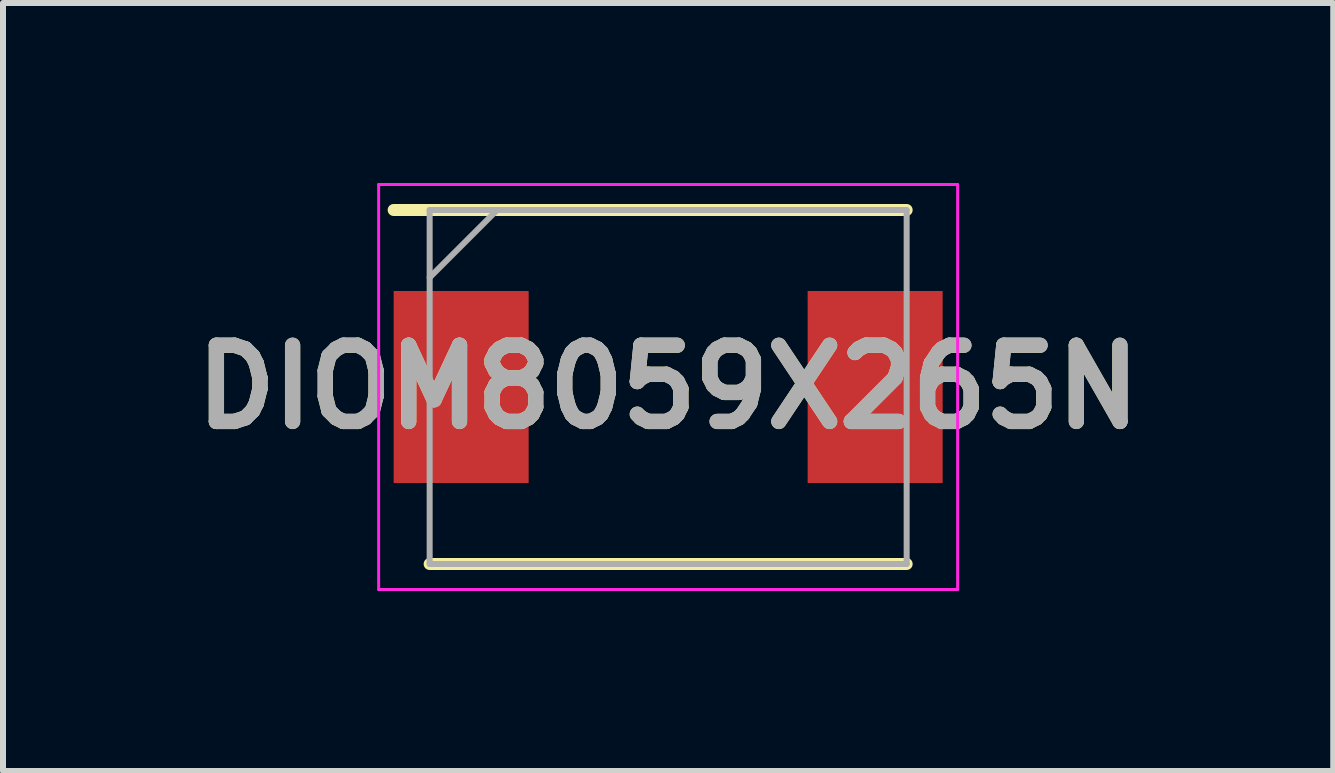
<source format=kicad_pcb>
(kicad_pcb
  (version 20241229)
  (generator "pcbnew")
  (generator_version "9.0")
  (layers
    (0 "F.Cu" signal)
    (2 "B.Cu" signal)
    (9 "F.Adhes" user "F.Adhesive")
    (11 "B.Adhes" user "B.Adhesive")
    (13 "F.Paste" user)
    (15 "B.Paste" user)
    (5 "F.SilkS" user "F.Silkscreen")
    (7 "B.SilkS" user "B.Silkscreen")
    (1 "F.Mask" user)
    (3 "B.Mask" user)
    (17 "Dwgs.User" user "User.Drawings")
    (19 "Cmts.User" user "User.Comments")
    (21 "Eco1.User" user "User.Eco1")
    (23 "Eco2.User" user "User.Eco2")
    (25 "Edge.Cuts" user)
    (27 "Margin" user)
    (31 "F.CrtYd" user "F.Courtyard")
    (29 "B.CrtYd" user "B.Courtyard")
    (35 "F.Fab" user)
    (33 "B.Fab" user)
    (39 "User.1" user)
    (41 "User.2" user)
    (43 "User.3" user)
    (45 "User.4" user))
  (footprint "DIOM8059X265N"
    (layer "F.Cu")
    (at 8.086 3.4)
    (property "Reference" "DIOM8059X265N" (at 0 0 0) (layer "F.SilkS") (effects (font (size 1.27 1.27) (thickness 0.254))))
    (attr smd)
    (fp_line (start -3.975 2.95) (end 3.975 2.95) (stroke (width 0.2) (type solid)) (layer "F.SilkS"))
    (fp_line (start 3.975 -2.95) (end -4.575 -2.95) (stroke (width 0.2) (type solid)) (layer "F.SilkS"))
    (fp_line (start -4.825 -3.375) (end 4.825 -3.375) (stroke (width 0.05) (type solid)) (layer "F.CrtYd"))
    (fp_line (start -4.825 3.375) (end -4.825 -3.375) (stroke (width 0.05) (type solid)) (layer "F.CrtYd"))
    (fp_line (start 4.825 -3.375) (end 4.825 3.375) (stroke (width 0.05) (type solid)) (layer "F.CrtYd"))
    (fp_line (start 4.825 3.375) (end -4.825 3.375) (stroke (width 0.05) (type solid)) (layer "F.CrtYd"))
    (fp_line (start -3.975 -2.95) (end 3.975 -2.95) (stroke (width 0.1) (type solid)) (layer "F.Fab"))
    (fp_line (start -3.975 -1.825) (end -2.85 -2.95) (stroke (width 0.1) (type solid)) (layer "F.Fab"))
    (fp_line (start -3.975 2.95) (end -3.975 -2.95) (stroke (width 0.1) (type solid)) (layer "F.Fab"))
    (fp_line (start 3.975 -2.95) (end 3.975 2.95) (stroke (width 0.1) (type solid)) (layer "F.Fab"))
    (fp_line (start 3.975 2.95) (end -3.975 2.95) (stroke (width 0.1) (type solid)) (layer "F.Fab"))
    (fp_text user "${REFERENCE}" (at 0 0 0) (layer "F.Fab") (effects (font (size 1.27 1.27) (thickness 0.254))))
    (pad "1" smd rect (at -3.45 0) (size 2.25 3.2) (layers "F.Cu" "F.Mask" "F.Paste"))
    (pad "2" smd rect (at 3.45 0) (size 2.25 3.2) (layers "F.Cu" "F.Mask" "F.Paste")))
  (gr_rect
    (start -3 -3)
    (end 19.171 9.8)
    (stroke (width 0.1) (type default))
    (fill no)
    (layer "Edge.Cuts")))
</source>
